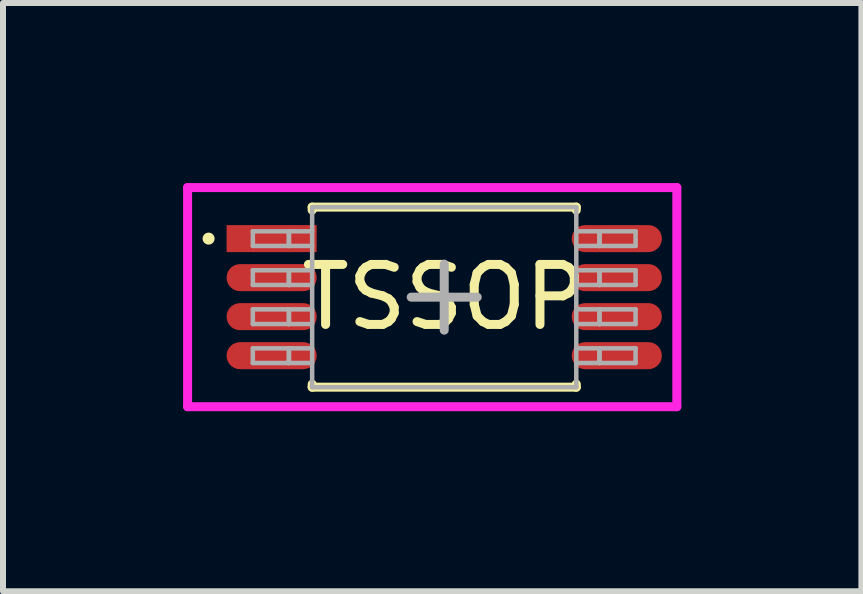
<source format=kicad_pcb>
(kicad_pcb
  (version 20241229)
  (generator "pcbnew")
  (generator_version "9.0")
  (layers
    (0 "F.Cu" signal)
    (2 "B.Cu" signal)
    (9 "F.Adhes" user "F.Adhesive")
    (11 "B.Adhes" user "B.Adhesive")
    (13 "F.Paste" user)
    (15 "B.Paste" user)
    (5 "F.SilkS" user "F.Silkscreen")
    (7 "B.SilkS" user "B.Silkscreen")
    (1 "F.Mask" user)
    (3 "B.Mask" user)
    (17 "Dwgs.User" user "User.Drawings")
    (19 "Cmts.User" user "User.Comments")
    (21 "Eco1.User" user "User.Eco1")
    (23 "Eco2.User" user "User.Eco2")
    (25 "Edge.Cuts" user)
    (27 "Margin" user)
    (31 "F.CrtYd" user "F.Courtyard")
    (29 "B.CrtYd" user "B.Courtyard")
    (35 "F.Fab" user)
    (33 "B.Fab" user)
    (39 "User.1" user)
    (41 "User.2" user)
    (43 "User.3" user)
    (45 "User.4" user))
  (footprint "TSSOP"
    (layer "F.Cu")
    (at 4.35 1.9)
    (property "Reference" "TSSOP" (at 0 0 0) (layer "F.SilkS") (effects (font (size 1 1) (thickness 0.15))))
    (attr through_hole)
    (fp_line (start -3.925 -0.975) (end -3.925 -0.975) (stroke (width 0.2) (type solid)) (layer "F.SilkS"))
    (fp_line (start -2.2 -1.5) (end -2.2 -1.45) (stroke (width 0.15) (type solid)) (layer "F.SilkS"))
    (fp_line (start -2.2 -1.5) (end 2.2 -1.5) (stroke (width 0.15) (type solid)) (layer "F.SilkS"))
    (fp_line (start -2.2 1.5) (end -2.2 1.45) (stroke (width 0.15) (type solid)) (layer "F.SilkS"))
    (fp_line (start -2.2 1.5) (end 2.2 1.5) (stroke (width 0.15) (type solid)) (layer "F.SilkS"))
    (fp_line (start 2.2 -1.5) (end 2.2 -1.45) (stroke (width 0.15) (type solid)) (layer "F.SilkS"))
    (fp_line (start 2.2 1.5) (end 2.2 1.45) (stroke (width 0.15) (type solid)) (layer "F.SilkS"))
    (fp_line (start -4.275 -1.825) (end -4.275 1.825) (stroke (width 0.15) (type solid)) (layer "F.CrtYd"))
    (fp_line (start -4.275 1.825) (end 3.875 1.825) (stroke (width 0.15) (type solid)) (layer "F.CrtYd"))
    (fp_line (start 3.875 -1.825) (end -4.275 -1.825) (stroke (width 0.15) (type solid)) (layer "F.CrtYd"))
    (fp_line (start 3.875 1.825) (end 3.875 -1.825) (stroke (width 0.15) (type solid)) (layer "F.CrtYd"))
    (fp_line (start -3.188 -1.097) (end -3.188 -0.853) (stroke (width 0.075) (type solid)) (layer "F.Fab"))
    (fp_line (start -3.188 -0.853) (end -2.587 -0.853) (stroke (width 0.075) (type solid)) (layer "F.Fab"))
    (fp_line (start -3.188 -0.448) (end -3.188 -0.203) (stroke (width 0.075) (type solid)) (layer "F.Fab"))
    (fp_line (start -3.188 -0.203) (end -2.587 -0.203) (stroke (width 0.075) (type solid)) (layer "F.Fab"))
    (fp_line (start -3.188 0.203) (end -3.188 0.448) (stroke (width 0.075) (type solid)) (layer "F.Fab"))
    (fp_line (start -3.188 0.448) (end -2.587 0.448) (stroke (width 0.075) (type solid)) (layer "F.Fab"))
    (fp_line (start -3.188 0.853) (end -3.188 1.097) (stroke (width 0.075) (type solid)) (layer "F.Fab"))
    (fp_line (start -3.188 1.097) (end -2.587 1.097) (stroke (width 0.075) (type solid)) (layer "F.Fab"))
    (fp_line (start -2.587 -1.097) (end -3.188 -1.097) (stroke (width 0.075) (type solid)) (layer "F.Fab"))
    (fp_line (start -2.587 -1.097) (end -2.587 -0.853) (stroke (width 0.075) (type solid)) (layer "F.Fab"))
    (fp_line (start -2.587 -0.853) (end -2.587 -1.097) (stroke (width 0.075) (type solid)) (layer "F.Fab"))
    (fp_line (start -2.587 -0.853) (end -2.2 -0.853) (stroke (width 0.075) (type solid)) (layer "F.Fab"))
    (fp_line (start -2.587 -0.448) (end -3.188 -0.448) (stroke (width 0.075) (type solid)) (layer "F.Fab"))
    (fp_line (start -2.587 -0.448) (end -2.587 -0.203) (stroke (width 0.075) (type solid)) (layer "F.Fab"))
    (fp_line (start -2.587 -0.203) (end -2.587 -0.448) (stroke (width 0.075) (type solid)) (layer "F.Fab"))
    (fp_line (start -2.587 -0.203) (end -2.2 -0.203) (stroke (width 0.075) (type solid)) (layer "F.Fab"))
    (fp_line (start -2.587 0.203) (end -3.188 0.203) (stroke (width 0.075) (type solid)) (layer "F.Fab"))
    (fp_line (start -2.587 0.203) (end -2.587 0.448) (stroke (width 0.075) (type solid)) (layer "F.Fab"))
    (fp_line (start -2.587 0.448) (end -2.587 0.203) (stroke (width 0.075) (type solid)) (layer "F.Fab"))
    (fp_line (start -2.587 0.448) (end -2.2 0.448) (stroke (width 0.075) (type solid)) (layer "F.Fab"))
    (fp_line (start -2.587 0.853) (end -3.188 0.853) (stroke (width 0.075) (type solid)) (layer "F.Fab"))
    (fp_line (start -2.587 0.853) (end -2.587 1.097) (stroke (width 0.075) (type solid)) (layer "F.Fab"))
    (fp_line (start -2.587 1.097) (end -2.587 0.853) (stroke (width 0.075) (type solid)) (layer "F.Fab"))
    (fp_line (start -2.587 1.097) (end -2.2 1.097) (stroke (width 0.075) (type solid)) (layer "F.Fab"))
    (fp_line (start -2.2 -1.5) (end 2.2 -1.5) (stroke (width 0.075) (type solid)) (layer "F.Fab"))
    (fp_line (start -2.2 -1.097) (end -2.587 -1.097) (stroke (width 0.075) (type solid)) (layer "F.Fab"))
    (fp_line (start -2.2 -0.448) (end -2.587 -0.448) (stroke (width 0.075) (type solid)) (layer "F.Fab"))
    (fp_line (start -2.2 0.203) (end -2.587 0.203) (stroke (width 0.075) (type solid)) (layer "F.Fab"))
    (fp_line (start -2.2 0.853) (end -2.587 0.853) (stroke (width 0.075) (type solid)) (layer "F.Fab"))
    (fp_line (start -2.2 1.5) (end -2.2 -1.5) (stroke (width 0.075) (type solid)) (layer "F.Fab"))
    (fp_line (start 0 -0.55) (end 0 0.55) (stroke (width 0.15) (type solid)) (layer "F.Fab"))
    (fp_line (start 0.55 0) (end -0.55 0) (stroke (width 0.15) (type solid)) (layer "F.Fab"))
    (fp_line (start 2.2 -1.5) (end 2.2 1.5) (stroke (width 0.075) (type solid)) (layer "F.Fab"))
    (fp_line (start 2.2 -0.853) (end 2.587 -0.853) (stroke (width 0.075) (type solid)) (layer "F.Fab"))
    (fp_line (start 2.2 -0.203) (end 2.587 -0.203) (stroke (width 0.075) (type solid)) (layer "F.Fab"))
    (fp_line (start 2.2 0.448) (end 2.587 0.448) (stroke (width 0.075) (type solid)) (layer "F.Fab"))
    (fp_line (start 2.2 1.097) (end 2.587 1.097) (stroke (width 0.075) (type solid)) (layer "F.Fab"))
    (fp_line (start 2.2 1.5) (end -2.2 1.5) (stroke (width 0.075) (type solid)) (layer "F.Fab"))
    (fp_line (start 2.587 -1.097) (end 2.2 -1.097) (stroke (width 0.075) (type solid)) (layer "F.Fab"))
    (fp_line (start 2.587 -1.097) (end 2.587 -0.853) (stroke (width 0.075) (type solid)) (layer "F.Fab"))
    (fp_line (start 2.587 -0.853) (end 2.587 -1.097) (stroke (width 0.075) (type solid)) (layer "F.Fab"))
    (fp_line (start 2.587 -0.853) (end 3.188 -0.853) (stroke (width 0.075) (type solid)) (layer "F.Fab"))
    (fp_line (start 2.587 -0.448) (end 2.2 -0.448) (stroke (width 0.075) (type solid)) (layer "F.Fab"))
    (fp_line (start 2.587 -0.448) (end 2.587 -0.203) (stroke (width 0.075) (type solid)) (layer "F.Fab"))
    (fp_line (start 2.587 -0.203) (end 2.587 -0.448) (stroke (width 0.075) (type solid)) (layer "F.Fab"))
    (fp_line (start 2.587 -0.203) (end 3.188 -0.203) (stroke (width 0.075) (type solid)) (layer "F.Fab"))
    (fp_line (start 2.587 0.203) (end 2.2 0.203) (stroke (width 0.075) (type solid)) (layer "F.Fab"))
    (fp_line (start 2.587 0.203) (end 2.587 0.448) (stroke (width 0.075) (type solid)) (layer "F.Fab"))
    (fp_line (start 2.587 0.448) (end 2.587 0.203) (stroke (width 0.075) (type solid)) (layer "F.Fab"))
    (fp_line (start 2.587 0.448) (end 3.188 0.448) (stroke (width 0.075) (type solid)) (layer "F.Fab"))
    (fp_line (start 2.587 0.853) (end 2.2 0.853) (stroke (width 0.075) (type solid)) (layer "F.Fab"))
    (fp_line (start 2.587 0.853) (end 2.587 1.097) (stroke (width 0.075) (type solid)) (layer "F.Fab"))
    (fp_line (start 2.587 1.097) (end 2.587 0.853) (stroke (width 0.075) (type solid)) (layer "F.Fab"))
    (fp_line (start 2.587 1.097) (end 3.188 1.097) (stroke (width 0.075) (type solid)) (layer "F.Fab"))
    (fp_line (start 3.188 -1.097) (end 2.587 -1.097) (stroke (width 0.075) (type solid)) (layer "F.Fab"))
    (fp_line (start 3.188 -0.853) (end 3.188 -1.097) (stroke (width 0.075) (type solid)) (layer "F.Fab"))
    (fp_line (start 3.188 -0.448) (end 2.587 -0.448) (stroke (width 0.075) (type solid)) (layer "F.Fab"))
    (fp_line (start 3.188 -0.203) (end 3.188 -0.448) (stroke (width 0.075) (type solid)) (layer "F.Fab"))
    (fp_line (start 3.188 0.203) (end 2.587 0.203) (stroke (width 0.075) (type solid)) (layer "F.Fab"))
    (fp_line (start 3.188 0.448) (end 3.188 0.203) (stroke (width 0.075) (type solid)) (layer "F.Fab"))
    (fp_line (start 3.188 0.853) (end 2.587 0.853) (stroke (width 0.075) (type solid)) (layer "F.Fab"))
    (fp_line (start 3.188 1.097) (end 3.188 0.853) (stroke (width 0.075) (type solid)) (layer "F.Fab"))
    (pad "1" smd rect (at -2.875 -0.975) (size 1.5 0.45) (layers "F.Cu" "F.Mask" "F.Paste"))
    (pad "2" smd oval (at -2.875 -0.325) (size 1.5 0.45) (layers "F.Cu" "F.Mask" "F.Paste"))
    (pad "3" smd oval (at -2.875 0.325) (size 1.5 0.45) (layers "F.Cu" "F.Mask" "F.Paste"))
    (pad "4" smd oval (at -2.875 0.975) (size 1.5 0.45) (layers "F.Cu" "F.Mask" "F.Paste"))
    (pad "5" smd oval (at 2.875 0.975) (size 1.5 0.45) (layers "F.Cu" "F.Mask" "F.Paste"))
    (pad "6" smd oval (at 2.875 0.325) (size 1.5 0.45) (layers "F.Cu" "F.Mask" "F.Paste"))
    (pad "7" smd oval (at 2.875 -0.325) (size 1.5 0.45) (layers "F.Cu" "F.Mask" "F.Paste"))
    (pad "8" smd oval (at 2.875 -0.975) (size 1.5 0.45) (layers "F.Cu" "F.Mask" "F.Paste")))
  (gr_rect
    (start -3 -3)
    (end 11.3 6.8)
    (stroke (width 0.1) (type default))
    (fill no)
    (layer "Edge.Cuts")))
</source>
